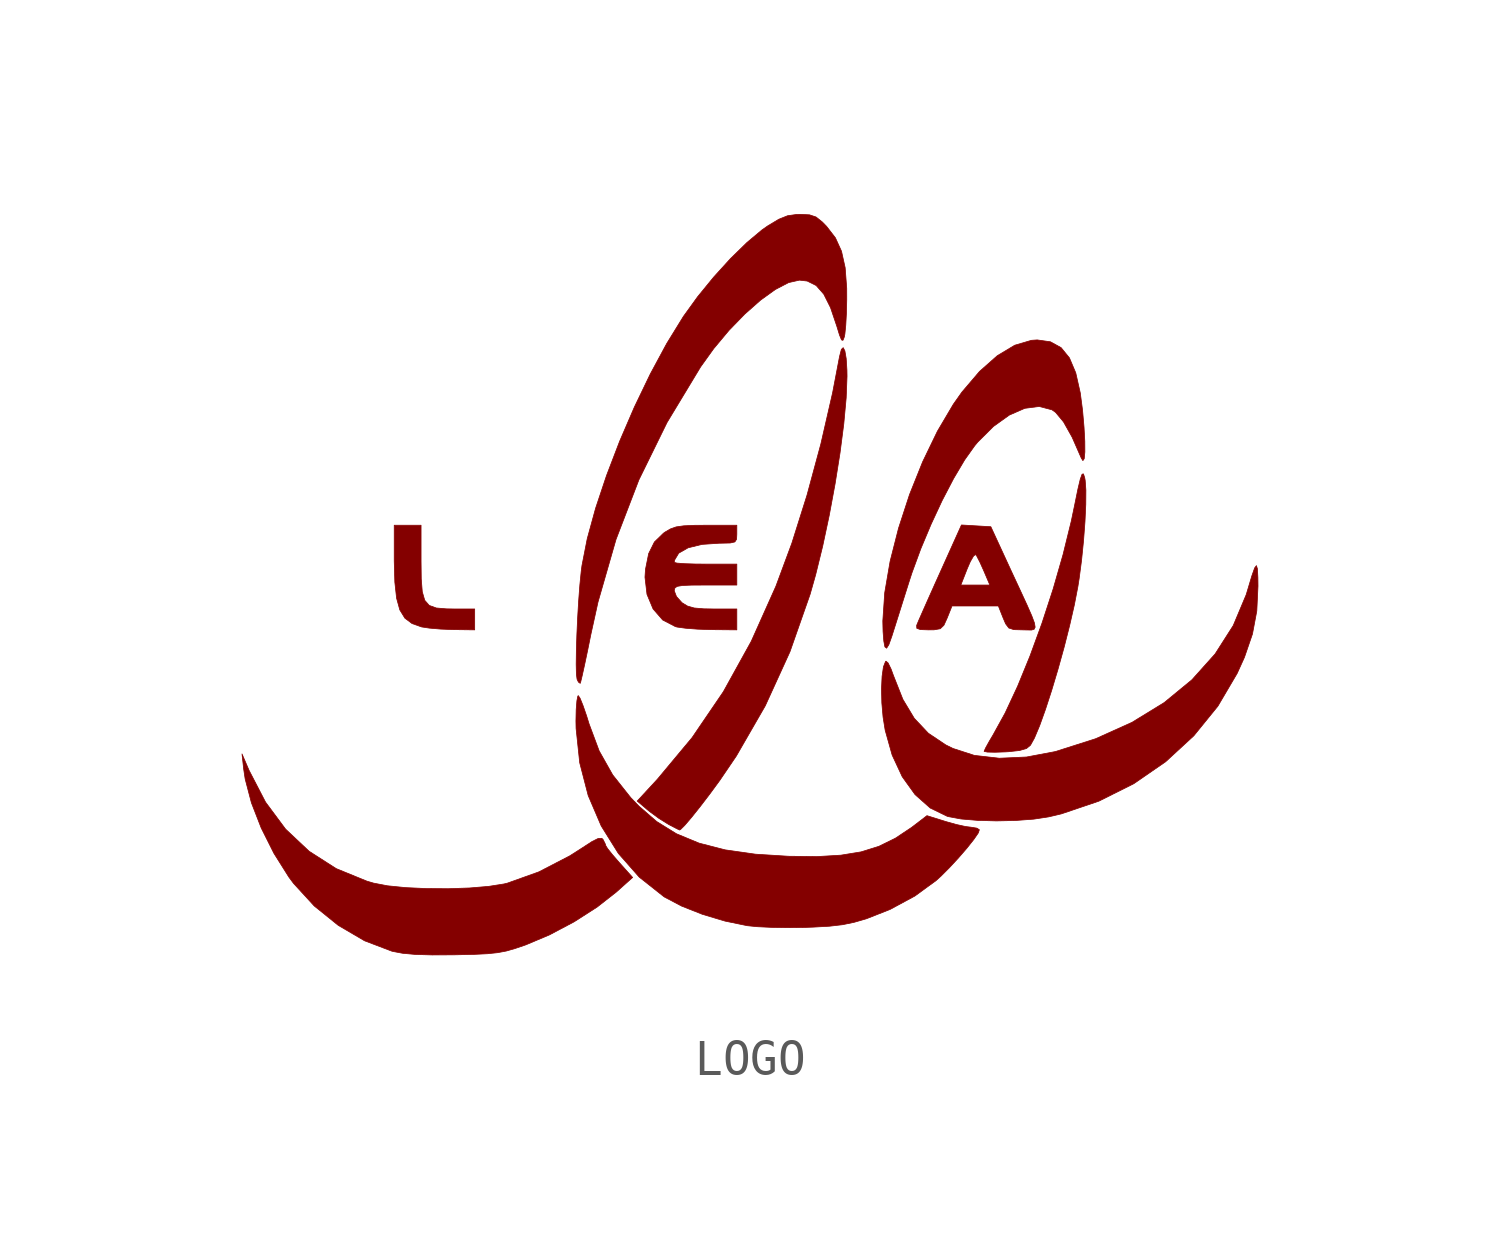
<source format=kicad_sym>
(kicad_symbol_lib
  (version 20220914)
  (generator bitmap2component)
  (symbol "LOGO"
    (pin_names
      (offset 1.016))
    (property "Reference" "#G"
      (at 0 9.984 0)
      (effects (font (size 1.27 1.27)) hide))
    (symbol "LOGO_0_0"
      (polyline (pts (xy -8.382 -10.424) (xy -8.291 -10.422) (xy -7.799 -10.411) (xy -7.428 -10.393) (xy -7.139 -10.363) (xy -6.889 -10.316) (xy -6.639 -10.244) (xy -6.346 -10.144) (xy -6.341 -10.143) (xy -5.661 -9.856) (xy -4.963 -9.486) (xy -4.31 -9.068) (xy -3.763 -8.639) (xy -3.3 -8.225) (xy -3.682 -7.798) (xy -3.874 -7.577) (xy -4.012 -7.404) (xy -4.065 -7.318) (xy -4.074 -7.28) (xy -4.14 -7.147) (xy -4.176 -7.113) (xy -4.278 -7.117) (xy -4.455 -7.205) (xy -4.737 -7.388) (xy -5.084 -7.61) (xy -5.964 -8.066) (xy -6.858 -8.386) (xy -6.952 -8.409) (xy -7.387 -8.478) (xy -7.931 -8.524) (xy -8.536 -8.545) (xy -9.158 -8.541) (xy -9.75 -8.514) (xy -10.267 -8.462) (xy -10.662 -8.386) (xy -10.852 -8.33) (xy -11.723 -7.974) (xy -12.493 -7.481) (xy -13.163 -6.851) (xy -13.732 -6.085) (xy -14.2 -5.183) (xy -14.401 -4.715) (xy -14.353 -5.15) (xy -14.311 -5.428) (xy -14.134 -6.102) (xy -13.855 -6.82) (xy -13.495 -7.538) (xy -13.072 -8.211) (xy -12.937 -8.393) (xy -12.349 -9.035) (xy -11.664 -9.588) (xy -10.918 -10.025) (xy -10.149 -10.318) (xy -10.116 -10.327) (xy -9.836 -10.38) (xy -9.473 -10.413) (xy -8.997 -10.427) (xy -8.382 -10.424)) (stroke (width 0.01) (type default)) (fill (type outline)))
      (polyline (pts (xy 1.566 -9.646) (xy 1.826 -9.637) (xy 2.292 -9.611) (xy 2.665 -9.568) (xy 2.998 -9.499) (xy 3.344 -9.399) (xy 4.016 -9.134) (xy 4.72 -8.754) (xy 5.322 -8.315) (xy 5.463 -8.188) (xy 5.709 -7.941) (xy 5.964 -7.665) (xy 6.202 -7.39) (xy 6.396 -7.145) (xy 6.522 -6.962) (xy 6.554 -6.869) (xy 6.483 -6.824) (xy 6.31 -6.796) (xy 6.163 -6.778) (xy 5.895 -6.719) (xy 5.588 -6.633) (xy 5.064 -6.469) (xy 4.695 -6.752) (xy 4.628 -6.803) (xy 4.167 -7.11) (xy 3.699 -7.34) (xy 3.193 -7.498) (xy 2.617 -7.592) (xy 1.941 -7.632) (xy 1.131 -7.623) (xy 0.193 -7.564) (xy -0.669 -7.441) (xy -1.411 -7.25) (xy -2.054 -6.984) (xy -2.618 -6.635) (xy -3.123 -6.197) (xy -3.357 -5.953) (xy -3.867 -5.31) (xy -4.251 -4.629) (xy -4.538 -3.86) (xy -4.607 -3.637) (xy -4.71 -3.339) (xy -4.793 -3.134) (xy -4.844 -3.058) (xy -4.857 -3.071) (xy -4.884 -3.206) (xy -4.904 -3.457) (xy -4.911 -3.784) (xy -4.907 -3.99) (xy -4.804 -4.965) (xy -4.563 -5.896) (xy -4.193 -6.761) (xy -3.706 -7.542) (xy -3.111 -8.217) (xy -2.417 -8.767) (xy -2.388 -8.786) (xy -1.906 -9.04) (xy -1.317 -9.273) (xy -0.676 -9.465) (xy -0.042 -9.596) (xy 0.234 -9.624) (xy 0.633 -9.643) (xy 1.095 -9.651) (xy 1.566 -9.646)) (stroke (width 0.01) (type default)) (fill (type outline)))
      (polyline (pts (xy -1.937 -6.862) (xy -1.815 -6.74) (xy -1.624 -6.516) (xy -1.382 -6.213) (xy -1.108 -5.855) (xy -0.822 -5.465) (xy -0.354 -4.776) (xy 0.47 -3.346) (xy 1.172 -1.808) (xy 1.745 -0.174) (xy 1.902 0.381) (xy 2.102 1.195) (xy 2.288 2.068) (xy 2.454 2.962) (xy 2.594 3.84) (xy 2.701 4.667) (xy 2.769 5.405) (xy 2.793 6.018) (xy 2.79 6.194) (xy 2.769 6.522) (xy 2.732 6.739) (xy 2.684 6.831) (xy 2.632 6.782) (xy 2.58 6.578) (xy 2.384 5.553) (xy 2.049 4.094) (xy 1.656 2.641) (xy 1.225 1.274) (xy 0.772 0.052) (xy 0.071 -1.514) (xy -0.722 -2.947) (xy -1.611 -4.252) (xy -2.599 -5.436) (xy -3.17 -6.054) (xy -2.876 -6.304) (xy -2.823 -6.348) (xy -2.548 -6.55) (xy -2.286 -6.713) (xy -2.224 -6.747) (xy -2.048 -6.838) (xy -1.966 -6.877) (xy -1.937 -6.862)) (stroke (width 0.01) (type default)) (fill (type outline)))
      (polyline (pts (xy 7.584 -6.606) (xy 8.097 -6.568) (xy 8.525 -6.503) (xy 8.884 -6.418) (xy 9.95 -6.057) (xy 10.943 -5.56) (xy 11.848 -4.936) (xy 12.649 -4.198) (xy 13.332 -3.357) (xy 13.88 -2.426) (xy 14.088 -1.967) (xy 14.315 -1.306) (xy 14.438 -0.652) (xy 14.472 0.055) (xy 14.469 0.297) (xy 14.456 0.545) (xy 14.427 0.637) (xy 14.377 0.571) (xy 14.297 0.345) (xy 14.181 -0.043) (xy 14.137 -0.189) (xy 13.769 -1.065) (xy 13.253 -1.873) (xy 12.596 -2.606) (xy 11.806 -3.256) (xy 10.891 -3.817) (xy 9.86 -4.282) (xy 8.721 -4.645) (xy 8.711 -4.648) (xy 7.895 -4.802) (xy 7.119 -4.837) (xy 6.411 -4.756) (xy 5.8 -4.558) (xy 5.6 -4.459) (xy 5.104 -4.127) (xy 4.704 -3.703) (xy 4.38 -3.164) (xy 4.111 -2.484) (xy 4.044 -2.301) (xy 3.959 -2.128) (xy 3.9 -2.078) (xy 3.887 -2.089) (xy 3.828 -2.238) (xy 3.789 -2.51) (xy 3.773 -2.865) (xy 3.782 -3.264) (xy 3.817 -3.668) (xy 3.877 -4.041) (xy 4.075 -4.746) (xy 4.362 -5.363) (xy 4.727 -5.871) (xy 5.157 -6.252) (xy 5.64 -6.487) (xy 5.672 -6.496) (xy 6.03 -6.563) (xy 6.502 -6.603) (xy 7.036 -6.618) (xy 7.584 -6.606)) (stroke (width 0.01) (type default)) (fill (type outline)))
      (polyline (pts (xy 7.29 -4.657) (xy 7.377 -4.652) (xy 7.697 -4.617) (xy 7.895 -4.559) (xy 8.006 -4.467) (xy 8.119 -4.263) (xy 8.267 -3.911) (xy 8.433 -3.448) (xy 8.61 -2.904) (xy 8.789 -2.306) (xy 8.962 -1.684) (xy 9.119 -1.065) (xy 9.253 -0.48) (xy 9.354 0.043) (xy 9.389 0.265) (xy 9.458 0.788) (xy 9.514 1.341) (xy 9.555 1.883) (xy 9.578 2.377) (xy 9.581 2.782) (xy 9.561 3.058) (xy 9.547 3.135) (xy 9.512 3.244) (xy 9.473 3.235) (xy 9.422 3.096) (xy 9.355 2.815) (xy 9.266 2.379) (xy 9.166 1.9) (xy 8.932 0.951) (xy 8.651 -0.026) (xy 8.334 -0.997) (xy 7.993 -1.93) (xy 7.64 -2.793) (xy 7.286 -3.552) (xy 6.942 -4.176) (xy 6.836 -4.355) (xy 6.73 -4.546) (xy 6.689 -4.641) (xy 6.689 -4.643) (xy 6.782 -4.662) (xy 6.996 -4.667) (xy 7.29 -4.657)) (stroke (width 0.01) (type default)) (fill (type outline)))
      (polyline (pts (xy -4.776 -2.668) (xy -4.732 -2.484) (xy -4.665 -2.181) (xy -4.582 -1.788) (xy -4.49 -1.333) (xy -4.284 -0.398) (xy -3.773 1.379) (xy -3.122 3.075) (xy -2.322 4.705) (xy -1.367 6.286) (xy -0.996 6.803) (xy -0.563 7.321) (xy -0.112 7.786) (xy 0.334 8.18) (xy 0.756 8.484) (xy 1.132 8.68) (xy 1.441 8.75) (xy 1.662 8.724) (xy 1.916 8.597) (xy 2.132 8.351) (xy 2.324 7.969) (xy 2.505 7.433) (xy 2.579 7.191) (xy 2.636 7.051) (xy 2.677 7.039) (xy 2.716 7.136) (xy 2.732 7.22) (xy 2.757 7.471) (xy 2.776 7.816) (xy 2.785 8.204) (xy 2.784 8.518) (xy 2.74 9.103) (xy 2.636 9.571) (xy 2.463 9.952) (xy 2.211 10.279) (xy 2.091 10.402) (xy 1.912 10.544) (xy 1.728 10.606) (xy 1.466 10.619) (xy 1.357 10.616) (xy 1.103 10.58) (xy 0.854 10.48) (xy 0.542 10.293) (xy 0.38 10.18) (xy -0.049 9.821) (xy -0.518 9.363) (xy -0.996 8.837) (xy -1.452 8.279) (xy -1.855 7.721) (xy -1.859 7.715) (xy -2.332 6.947) (xy -2.801 6.077) (xy -3.251 5.141) (xy -3.669 4.171) (xy -4.04 3.202) (xy -4.352 2.268) (xy -4.59 1.401) (xy -4.74 0.637) (xy -4.762 0.466) (xy -4.8 0.084) (xy -4.834 -0.366) (xy -4.863 -0.85) (xy -4.885 -1.334) (xy -4.899 -1.784) (xy -4.904 -2.167) (xy -4.898 -2.448) (xy -4.879 -2.593) (xy -4.841 -2.672) (xy -4.79 -2.709) (xy -4.776 -2.668)) (stroke (width 0.01) (type default)) (fill (type outline)))
      (polyline (pts (xy 3.982 -1.609) (xy 4.072 -1.355) (xy 4.076 -1.341) (xy 4.162 -1.07) (xy 4.282 -0.69) (xy 4.421 -0.248) (xy 4.565 0.207) (xy 4.638 0.432) (xy 4.889 1.115) (xy 5.182 1.813) (xy 5.498 2.491) (xy 5.822 3.112) (xy 6.136 3.642) (xy 6.421 4.043) (xy 6.508 4.147) (xy 6.954 4.592) (xy 7.405 4.915) (xy 7.845 5.107) (xy 8.255 5.16) (xy 8.617 5.065) (xy 8.721 4.991) (xy 8.946 4.72) (xy 9.19 4.286) (xy 9.449 3.695) (xy 9.496 3.621) (xy 9.534 3.676) (xy 9.552 3.866) (xy 9.55 4.171) (xy 9.528 4.574) (xy 9.486 5.054) (xy 9.422 5.543) (xy 9.293 6.115) (xy 9.113 6.541) (xy 8.876 6.832) (xy 8.573 6.998) (xy 8.198 7.051) (xy 8.035 7.04) (xy 7.559 6.9) (xy 7.064 6.603) (xy 6.56 6.157) (xy 6.057 5.567) (xy 5.814 5.222) (xy 5.361 4.455) (xy 4.942 3.587) (xy 4.569 2.656) (xy 4.257 1.7) (xy 4.017 0.758) (xy 3.864 -0.134) (xy 3.81 -0.937) (xy 3.817 -1.237) (xy 3.838 -1.507) (xy 3.868 -1.667) (xy 3.87 -1.673) (xy 3.918 -1.71) (xy 3.982 -1.609)) (stroke (width 0.01) (type default)) (fill (type outline)))
      (polyline (pts (xy -7.789 -0.892) (xy -7.789 -0.595) (xy -8.382 -0.595) (xy -8.59 -0.592) (xy -8.881 -0.567) (xy -9.081 -0.494) (xy -9.208 -0.349) (xy -9.278 -0.107) (xy -9.307 0.256) (xy -9.313 0.765) (xy -9.313 1.784) (xy -9.694 1.784) (xy -10.075 1.784) (xy -10.075 0.828) (xy -10.075 0.771) (xy -10.058 0.169) (xy -10.008 -0.289) (xy -9.916 -0.623) (xy -9.772 -0.857) (xy -9.568 -1.01) (xy -9.296 -1.106) (xy -9.078 -1.139) (xy -8.754 -1.167) (xy -8.403 -1.181) (xy -7.789 -1.189) (xy -7.789 -0.892)) (stroke (width 0.01) (type default)) (fill (type outline)))
      (polyline (pts (xy -0.339 -0.892) (xy -0.339 -0.595) (xy -1.005 -0.595) (xy -1.275 -0.591) (xy -1.552 -0.567) (xy -1.742 -0.512) (xy -1.894 -0.419) (xy -1.902 -0.412) (xy -2.054 -0.242) (xy -2.117 -0.079) (xy -2.116 -0.064) (xy -2.098 0.004) (xy -2.03 0.048) (xy -1.882 0.072) (xy -1.625 0.083) (xy -1.228 0.085) (xy -0.339 0.085) (xy -0.339 0.382) (xy -0.339 0.68) (xy -1.228 0.68) (xy -1.512 0.682) (xy -1.825 0.692) (xy -2.038 0.708) (xy -2.117 0.728) (xy -2.111 0.789) (xy -1.99 0.991) (xy -1.724 1.143) (xy -1.331 1.24) (xy -0.826 1.274) (xy -0.78 1.274) (xy -0.526 1.28) (xy -0.395 1.31) (xy -0.346 1.386) (xy -0.339 1.529) (xy -0.339 1.784) (xy -1.215 1.784) (xy -1.536 1.782) (xy -1.848 1.768) (xy -2.064 1.737) (xy -2.227 1.679) (xy -2.379 1.59) (xy -2.423 1.559) (xy -2.681 1.308) (xy -2.844 0.98) (xy -2.934 0.533) (xy -2.949 0.308) (xy -2.892 -0.179) (xy -2.719 -0.594) (xy -2.445 -0.909) (xy -2.083 -1.097) (xy -2.037 -1.109) (xy -1.791 -1.143) (xy -1.452 -1.169) (xy -1.079 -1.182) (xy -0.339 -1.189) (xy -0.339 -0.892)) (stroke (width 0.01) (type default)) (fill (type outline)))
      (polyline (pts (xy 8.109 -1.173) (xy 8.139 -1.113) (xy 8.119 -0.993) (xy 8.045 -0.794) (xy 7.915 -0.497) (xy 7.724 -0.083) (xy 7.468 0.467) (xy 6.88 1.742) (xy 6.462 1.767) (xy 6.045 1.792) (xy 5.441 0.45) (xy 5.282 0.097) (xy 5.277 0.085) (xy 6.027 0.085) (xy 6.209 0.549) (xy 6.297 0.752) (xy 6.391 0.913) (xy 6.45 0.952) (xy 6.482 0.904) (xy 6.571 0.731) (xy 6.68 0.488) (xy 6.852 0.085) (xy 6.439 0.085) (xy 6.027 0.085) (xy 5.277 0.085) (xy 5.096 -0.319) (xy 4.942 -0.667) (xy 4.832 -0.917) (xy 4.78 -1.041) (xy 4.771 -1.065) (xy 4.776 -1.145) (xy 4.878 -1.181) (xy 5.114 -1.189) (xy 5.268 -1.187) (xy 5.443 -1.157) (xy 5.546 -1.058) (xy 5.64 -0.85) (xy 5.776 -0.51) (xy 6.435 -0.51) (xy 7.094 -0.51) (xy 7.229 -0.85) (xy 7.3 -1.016) (xy 7.39 -1.136) (xy 7.533 -1.182) (xy 7.787 -1.189) (xy 7.916 -1.192) (xy 8.034 -1.194) (xy 8.109 -1.173)) (stroke (width 0.01) (type default)) (fill (type outline))))))
</source>
